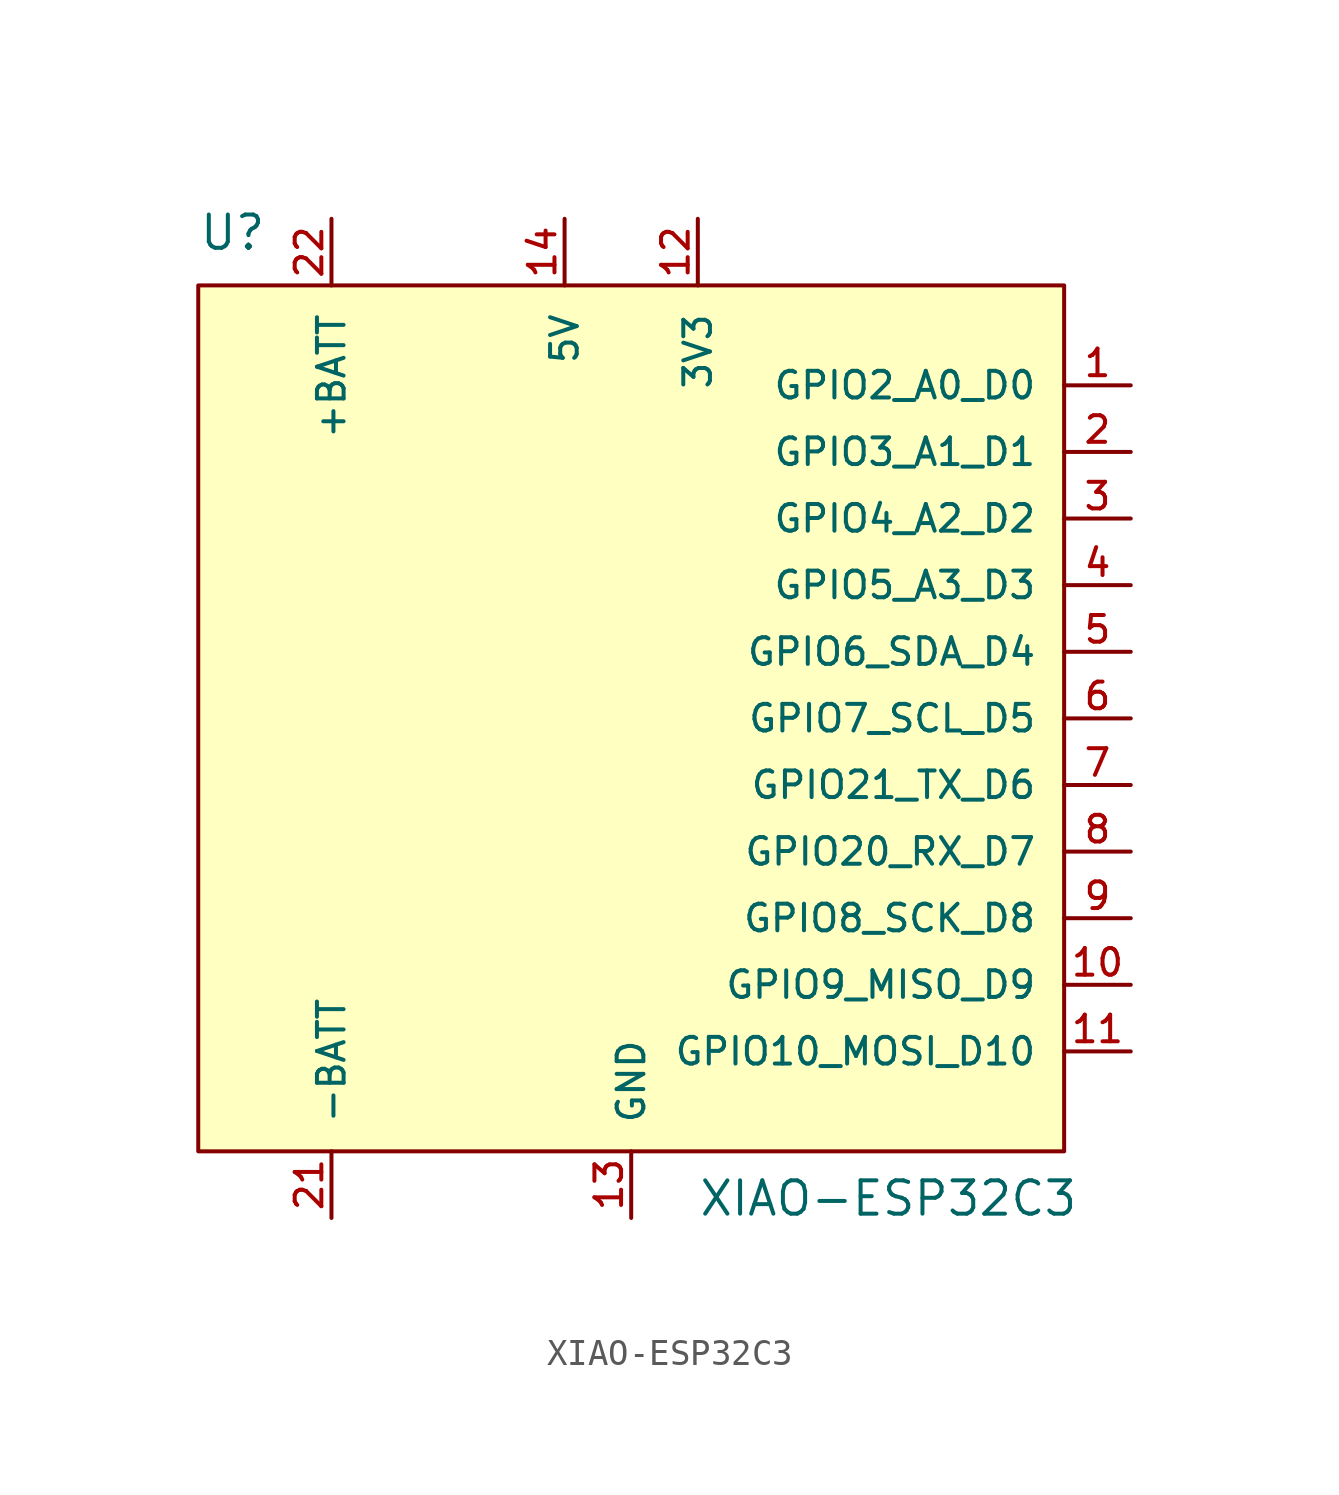
<source format=kicad_sym>
(kicad_symbol_lib
  (version 20231120)
  (generator "kicad_symbol_editor")
  (generator_version "8.0")
  (symbol "XIAO-ESP32C3"
    (pin_names
      (offset 1.016))
    (property "Reference" "U"
      (at -16.51 17.78 0)
      (effects (font (size 1.27 1.27)) (justify left bottom)))
    (property "Value" "XIAO-ESP32C3"
      (at 2.54 -19.05 0)
      (effects (font (size 1.27 1.27)) (justify left bottom)))
    (symbol "XIAO-ESP32C3_1_0"
      (pin bidirectional line (at 19.05 12.7 180) (length 2.54) (name "GPIO2_A0_D0" (effects (font (size 1.016 1.016)))) (number "1" (effects (font (size 1.016 1.016)))))
      (pin bidirectional line (at 19.05 -10.16 180) (length 2.54) (name "GPIO9_MISO_D9" (effects (font (size 1.016 1.016)))) (number "10" (effects (font (size 1.016 1.016)))))
      (pin bidirectional line (at 19.05 -12.7 180) (length 2.54) (name "GPIO10_MOSI_D10" (effects (font (size 1.016 1.016)))) (number "11" (effects (font (size 1.016 1.016)))))
      (pin power_out line (at 2.54 19.05 270) (length 2.54) (name "3V3" (effects (font (size 1.016 1.016)))) (number "12" (effects (font (size 1.016 1.016)))))
      (pin power_in line (at 0 -19.05 90) (length 2.54) (name "GND" (effects (font (size 1.016 1.016)))) (number "13" (effects (font (size 1.016 1.016)))))
      (pin power_in line (at -2.54 19.05 270) (length 2.54) (name "5V" (effects (font (size 1.016 1.016)))) (number "14" (effects (font (size 1.016 1.016)))))
      (pin bidirectional line (at 19.05 10.16 180) (length 2.54) (name "GPIO3_A1_D1" (effects (font (size 1.016 1.016)))) (number "2" (effects (font (size 1.016 1.016)))))
      (pin power_in line (at -11.43 -19.05 90) (length 2.54) (name "-BATT" (effects (font (size 1.016 1.016)))) (number "21" (effects (font (size 1.016 1.016)))))
      (pin power_in line (at -11.43 19.05 270) (length 2.54) (name "+BATT" (effects (font (size 1.016 1.016)))) (number "22" (effects (font (size 1.016 1.016)))))
      (pin bidirectional line (at 19.05 7.62 180) (length 2.54) (name "GPIO4_A2_D2" (effects (font (size 1.016 1.016)))) (number "3" (effects (font (size 1.016 1.016)))))
      (pin bidirectional line (at 19.05 5.08 180) (length 2.54) (name "GPIO5_A3_D3" (effects (font (size 1.016 1.016)))) (number "4" (effects (font (size 1.016 1.016)))))
      (pin bidirectional line (at 19.05 2.54 180) (length 2.54) (name "GPIO6_SDA_D4" (effects (font (size 1.016 1.016)))) (number "5" (effects (font (size 1.016 1.016)))))
      (pin bidirectional line (at 19.05 0 180) (length 2.54) (name "GPIO7_SCL_D5" (effects (font (size 1.016 1.016)))) (number "6" (effects (font (size 1.016 1.016)))))
      (pin bidirectional line (at 19.05 -2.54 180) (length 2.54) (name "GPIO21_TX_D6" (effects (font (size 1.016 1.016)))) (number "7" (effects (font (size 1.016 1.016)))))
      (pin bidirectional line (at 19.05 -5.08 180) (length 2.54) (name "GPIO20_RX_D7" (effects (font (size 1.016 1.016)))) (number "8" (effects (font (size 1.016 1.016)))))
      (pin bidirectional line (at 19.05 -7.62 180) (length 2.54) (name "GPIO8_SCK_D8" (effects (font (size 1.016 1.016)))) (number "9" (effects (font (size 1.016 1.016))))))
    (symbol "XIAO-ESP32C3_1_1"
      (rectangle (start -16.51 16.51) (end 16.51 -16.51) (stroke (width 0) (type default)) (fill (type background))))))
</source>
